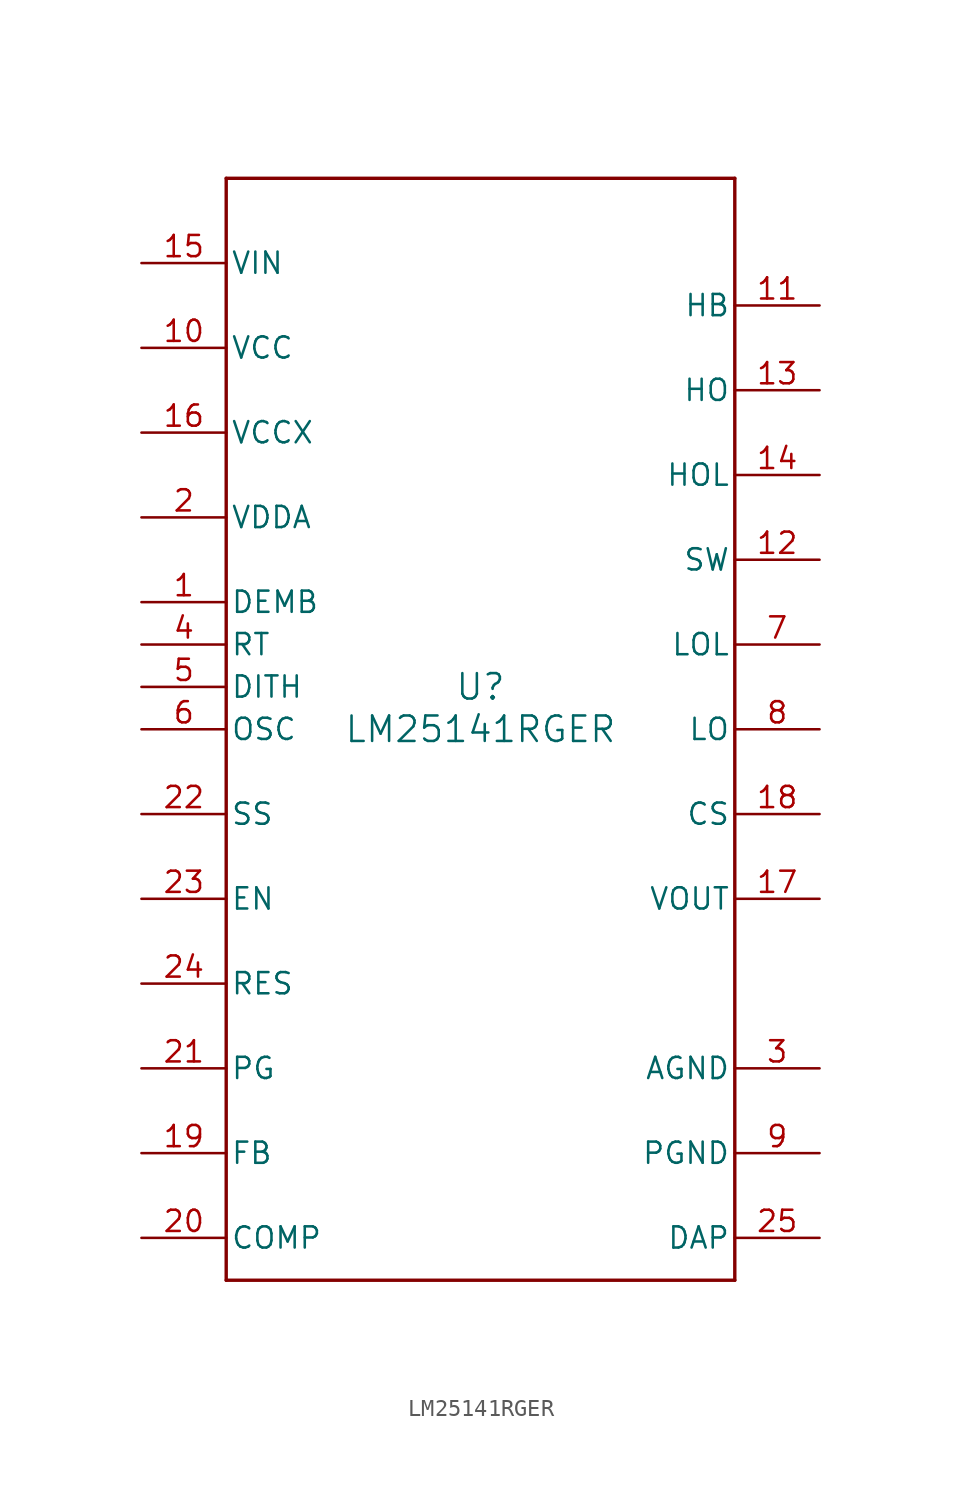
<source format=kicad_sym>
(kicad_symbol_lib
  (version 20211014)
  (generator kicad_symbol_editor)
  (symbol "LM25141RGER"
    (pin_names
      (offset 0.254))
    (property "Reference" "U"
      (at 0 2.54 0)
      (effects (font (size 1.524 1.524))))
    (property "Value" "LM25141RGER"
      (at 0 0 0)
      (effects (font (size 1.524 1.524))))
    (symbol "LM25141RGER_0_1"
      (polyline (pts (xy -15.24 -33.02) (xy 15.24 -33.02)) (stroke (width 0.203) (type default) (color 0 0 0 0)) (fill (type none)))
      (polyline (pts (xy 15.24 -33.02) (xy 15.24 33.02)) (stroke (width 0.203) (type default) (color 0 0 0 0)) (fill (type none)))
      (polyline (pts (xy 15.24 33.02) (xy -15.24 33.02)) (stroke (width 0.203) (type default) (color 0 0 0 0)) (fill (type none)))
      (polyline (pts (xy -15.24 33.02) (xy -15.24 -33.02)) (stroke (width 0.203) (type default) (color 0 0 0 0)) (fill (type none)))
      (pin input line (at -20.32 7.62 0) (length 5.08) (name "DEMB" (effects (font (size 1.27 1.27)))) (number "1" (effects (font (size 1.27 1.27)))))
      (pin power_in line (at -20.32 12.7 0) (length 5.08) (name "VDDA" (effects (font (size 1.27 1.27)))) (number "2" (effects (font (size 1.27 1.27)))))
      (pin power_in line (at 20.32 -20.32 180) (length 5.08) (name "AGND" (effects (font (size 1.27 1.27)))) (number "3" (effects (font (size 1.27 1.27)))))
      (pin unspecified line (at -20.32 5.08 0) (length 5.08) (name "RT" (effects (font (size 1.27 1.27)))) (number "4" (effects (font (size 1.27 1.27)))))
      (pin unspecified line (at -20.32 2.54 0) (length 5.08) (name "DITH" (effects (font (size 1.27 1.27)))) (number "5" (effects (font (size 1.27 1.27)))))
      (pin unspecified line (at -20.32 0 0) (length 5.08) (name "OSC" (effects (font (size 1.27 1.27)))) (number "6" (effects (font (size 1.27 1.27)))))
      (pin output line (at 20.32 5.08 180) (length 5.08) (name "LOL" (effects (font (size 1.27 1.27)))) (number "7" (effects (font (size 1.27 1.27)))))
      (pin output line (at 20.32 0 180) (length 5.08) (name "LO" (effects (font (size 1.27 1.27)))) (number "8" (effects (font (size 1.27 1.27)))))
      (pin power_in line (at 20.32 -25.4 180) (length 5.08) (name "PGND" (effects (font (size 1.27 1.27)))) (number "9" (effects (font (size 1.27 1.27)))))
      (pin power_in line (at -20.32 22.86 0) (length 5.08) (name "VCC" (effects (font (size 1.27 1.27)))) (number "10" (effects (font (size 1.27 1.27)))))
      (pin power_in line (at 20.32 25.4 180) (length 5.08) (name "HB" (effects (font (size 1.27 1.27)))) (number "11" (effects (font (size 1.27 1.27)))))
      (pin power_in line (at 20.32 10.16 180) (length 5.08) (name "SW" (effects (font (size 1.27 1.27)))) (number "12" (effects (font (size 1.27 1.27)))))
      (pin output line (at 20.32 20.32 180) (length 5.08) (name "HO" (effects (font (size 1.27 1.27)))) (number "13" (effects (font (size 1.27 1.27)))))
      (pin output line (at 20.32 15.24 180) (length 5.08) (name "HOL" (effects (font (size 1.27 1.27)))) (number "14" (effects (font (size 1.27 1.27)))))
      (pin power_in line (at -20.32 27.94 0) (length 5.08) (name "VIN" (effects (font (size 1.27 1.27)))) (number "15" (effects (font (size 1.27 1.27)))))
      (pin power_in line (at -20.32 17.78 0) (length 5.08) (name "VCCX" (effects (font (size 1.27 1.27)))) (number "16" (effects (font (size 1.27 1.27)))))
      (pin input line (at 20.32 -10.16 180) (length 5.08) (name "VOUT" (effects (font (size 1.27 1.27)))) (number "17" (effects (font (size 1.27 1.27)))))
      (pin input line (at 20.32 -5.08 180) (length 5.08) (name "CS" (effects (font (size 1.27 1.27)))) (number "18" (effects (font (size 1.27 1.27)))))
      (pin input line (at -20.32 -25.4 0) (length 5.08) (name "FB" (effects (font (size 1.27 1.27)))) (number "19" (effects (font (size 1.27 1.27)))))
      (pin unspecified line (at -20.32 -30.48 0) (length 5.08) (name "COMP" (effects (font (size 1.27 1.27)))) (number "20" (effects (font (size 1.27 1.27)))))
      (pin open_collector line (at -20.32 -20.32 0) (length 5.08) (name "PG" (effects (font (size 1.27 1.27)))) (number "21" (effects (font (size 1.27 1.27)))))
      (pin input line (at -20.32 -5.08 0) (length 5.08) (name "SS" (effects (font (size 1.27 1.27)))) (number "22" (effects (font (size 1.27 1.27)))))
      (pin input line (at -20.32 -10.16 0) (length 5.08) (name "EN" (effects (font (size 1.27 1.27)))) (number "23" (effects (font (size 1.27 1.27)))))
      (pin output line (at -20.32 -15.24 0) (length 5.08) (name "RES" (effects (font (size 1.27 1.27)))) (number "24" (effects (font (size 1.27 1.27)))))
      (pin unspecified line (at 20.32 -30.48 180) (length 5.08) (name "DAP" (effects (font (size 1.27 1.27)))) (number "25" (effects (font (size 1.27 1.27))))))))
</source>
